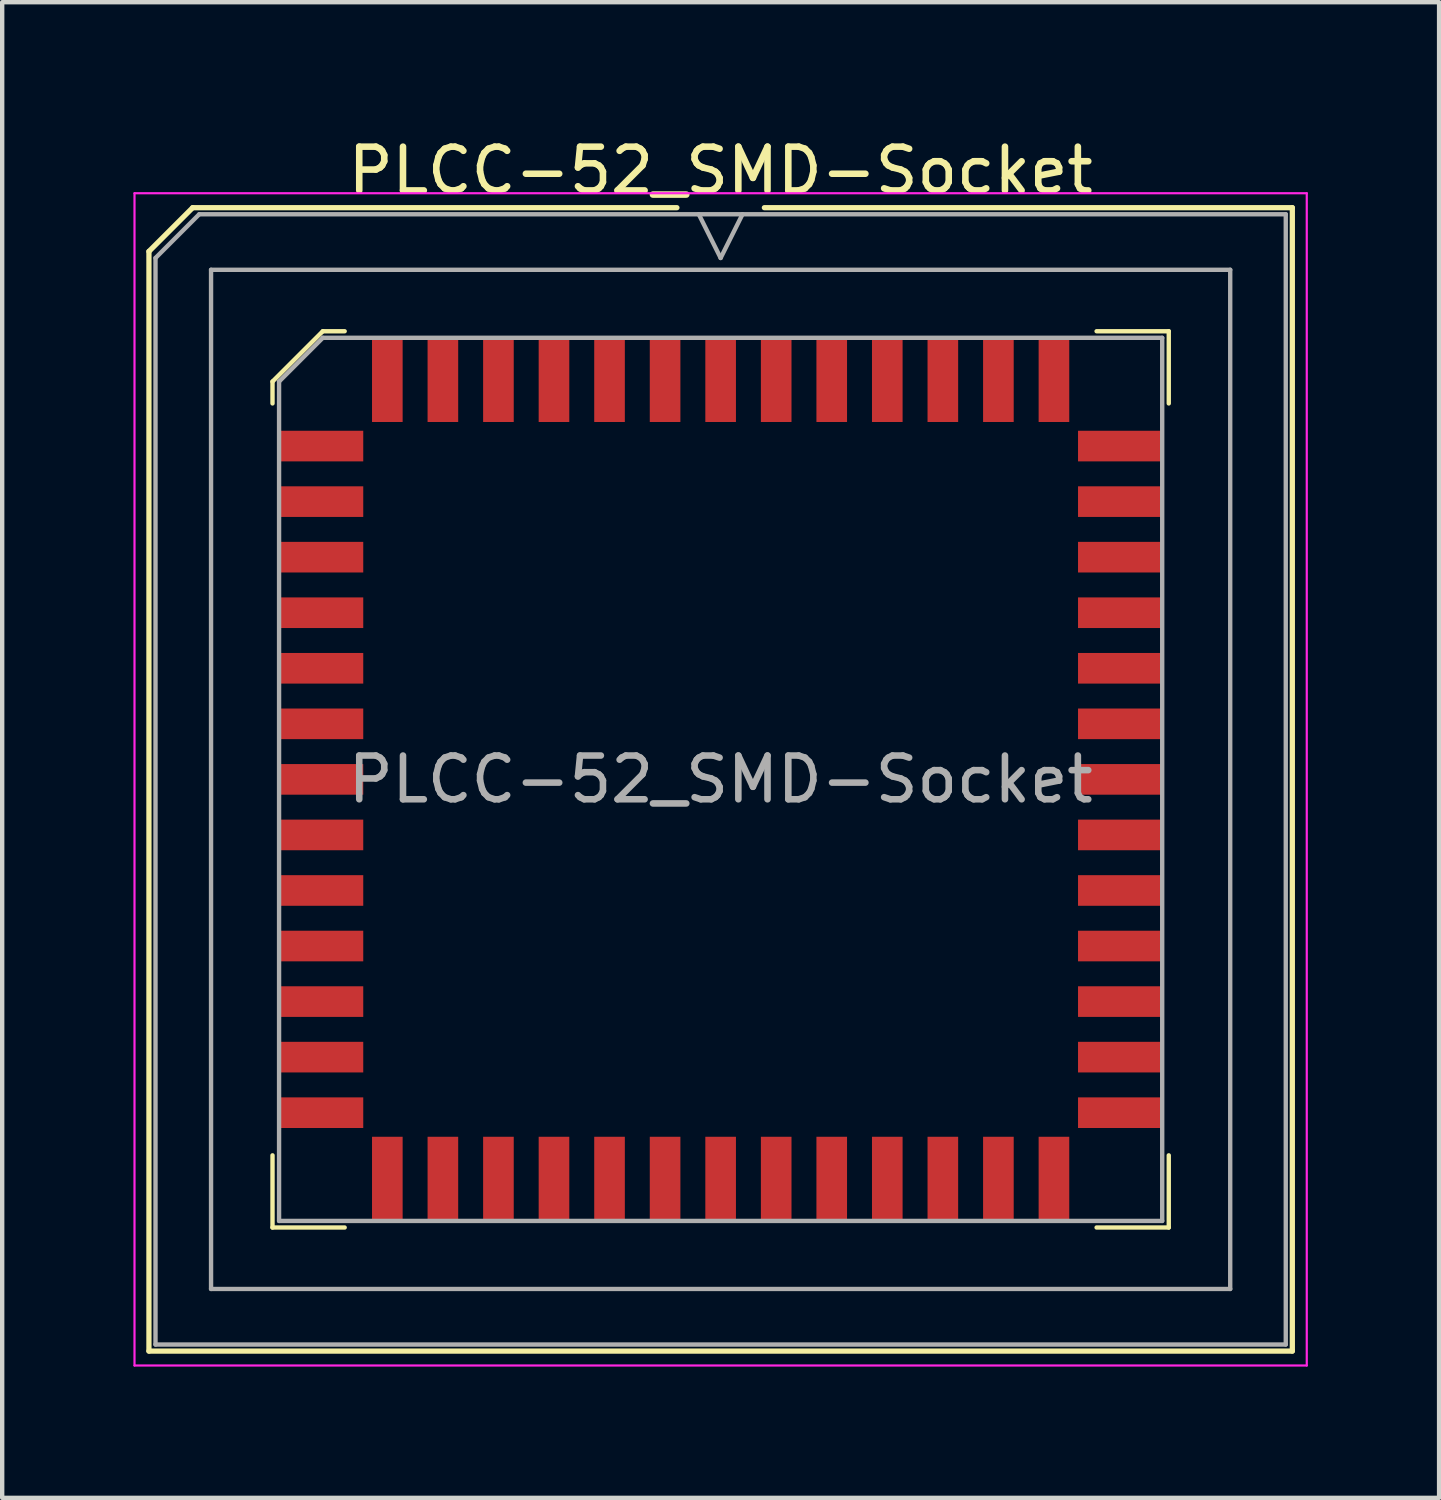
<source format=kicad_pcb>
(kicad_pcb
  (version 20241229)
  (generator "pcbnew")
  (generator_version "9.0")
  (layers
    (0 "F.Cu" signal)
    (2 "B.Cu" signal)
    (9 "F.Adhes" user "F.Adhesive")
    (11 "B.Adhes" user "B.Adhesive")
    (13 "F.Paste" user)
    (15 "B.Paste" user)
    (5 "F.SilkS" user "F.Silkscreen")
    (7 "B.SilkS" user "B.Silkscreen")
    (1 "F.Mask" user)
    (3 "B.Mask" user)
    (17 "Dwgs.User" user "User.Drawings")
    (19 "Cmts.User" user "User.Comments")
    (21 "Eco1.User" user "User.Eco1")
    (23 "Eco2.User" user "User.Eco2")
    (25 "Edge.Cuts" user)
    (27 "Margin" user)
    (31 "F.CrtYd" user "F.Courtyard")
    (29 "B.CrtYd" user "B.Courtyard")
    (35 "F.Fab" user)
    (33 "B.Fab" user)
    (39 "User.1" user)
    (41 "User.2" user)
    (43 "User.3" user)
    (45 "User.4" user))
  (footprint "PLCC-52_SMD-Socket"
    (layer "F.Cu")
    (at 13.425 14.768)
    (property "Reference" "PLCC-52_SMD-Socket" (at 0 -13.92 0) (layer "F.SilkS") (effects (font (size 1 1) (thickness 0.15))))
    (attr smd)
    (fp_line (start -13.07 -12.07) (end -13.07 13.07) (stroke (width 0.12) (type solid)) (layer "F.SilkS"))
    (fp_line (start -13.07 13.07) (end 13.07 13.07) (stroke (width 0.12) (type solid)) (layer "F.SilkS"))
    (fp_line (start -12.07 -13.07) (end -13.07 -12.07) (stroke (width 0.12) (type solid)) (layer "F.SilkS"))
    (fp_line (start -10.245 -9.095) (end -10.245 -8.595) (stroke (width 0.1) (type solid)) (layer "F.SilkS"))
    (fp_line (start -10.245 10.245) (end -10.245 8.595) (stroke (width 0.1) (type solid)) (layer "F.SilkS"))
    (fp_line (start -9.095 -10.245) (end -10.245 -9.095) (stroke (width 0.1) (type solid)) (layer "F.SilkS"))
    (fp_line (start -8.595 -10.245) (end -9.095 -10.245) (stroke (width 0.1) (type solid)) (layer "F.SilkS"))
    (fp_line (start -8.595 10.245) (end -10.245 10.245) (stroke (width 0.1) (type solid)) (layer "F.SilkS"))
    (fp_line (start -1 -13.07) (end -12.07 -13.07) (stroke (width 0.12) (type solid)) (layer "F.SilkS"))
    (fp_line (start 8.595 -10.245) (end 10.245 -10.245) (stroke (width 0.1) (type solid)) (layer "F.SilkS"))
    (fp_line (start 8.595 10.245) (end 10.245 10.245) (stroke (width 0.1) (type solid)) (layer "F.SilkS"))
    (fp_line (start 10.245 -10.245) (end 10.245 -8.595) (stroke (width 0.1) (type solid)) (layer "F.SilkS"))
    (fp_line (start 10.245 10.245) (end 10.245 8.595) (stroke (width 0.1) (type solid)) (layer "F.SilkS"))
    (fp_line (start 13.07 -13.07) (end 1 -13.07) (stroke (width 0.12) (type solid)) (layer "F.SilkS"))
    (fp_line (start 13.07 13.07) (end 13.07 -13.07) (stroke (width 0.12) (type solid)) (layer "F.SilkS"))
    (fp_line (start -13.4 -13.4) (end -13.4 13.4) (stroke (width 0.05) (type solid)) (layer "F.CrtYd"))
    (fp_line (start -13.4 13.4) (end 13.4 13.4) (stroke (width 0.05) (type solid)) (layer "F.CrtYd"))
    (fp_line (start 13.4 -13.4) (end -13.4 -13.4) (stroke (width 0.05) (type solid)) (layer "F.CrtYd"))
    (fp_line (start 13.4 13.4) (end 13.4 -13.4) (stroke (width 0.05) (type solid)) (layer "F.CrtYd"))
    (fp_line (start -12.92 -11.92) (end -12.92 12.92) (stroke (width 0.1) (type solid)) (layer "F.Fab"))
    (fp_line (start -12.92 12.92) (end 12.92 12.92) (stroke (width 0.1) (type solid)) (layer "F.Fab"))
    (fp_line (start -11.92 -12.92) (end -12.92 -11.92) (stroke (width 0.1) (type solid)) (layer "F.Fab"))
    (fp_line (start -11.65 -11.65) (end -11.65 11.65) (stroke (width 0.1) (type solid)) (layer "F.Fab"))
    (fp_line (start -11.65 11.65) (end 11.65 11.65) (stroke (width 0.1) (type solid)) (layer "F.Fab"))
    (fp_line (start -10.095 -9.095) (end -10.095 10.095) (stroke (width 0.1) (type solid)) (layer "F.Fab"))
    (fp_line (start -10.095 10.095) (end 10.095 10.095) (stroke (width 0.1) (type solid)) (layer "F.Fab"))
    (fp_line (start -9.095 -10.095) (end -10.095 -9.095) (stroke (width 0.1) (type solid)) (layer "F.Fab"))
    (fp_line (start -0.5 -12.92) (end 0 -11.92) (stroke (width 0.1) (type solid)) (layer "F.Fab"))
    (fp_line (start 0 -11.92) (end 0.5 -12.92) (stroke (width 0.1) (type solid)) (layer "F.Fab"))
    (fp_line (start 10.095 -10.095) (end -9.095 -10.095) (stroke (width 0.1) (type solid)) (layer "F.Fab"))
    (fp_line (start 10.095 10.095) (end 10.095 -10.095) (stroke (width 0.1) (type solid)) (layer "F.Fab"))
    (fp_line (start 11.65 -11.65) (end -11.65 -11.65) (stroke (width 0.1) (type solid)) (layer "F.Fab"))
    (fp_line (start 11.65 11.65) (end 11.65 -11.65) (stroke (width 0.1) (type solid)) (layer "F.Fab"))
    (fp_line (start 12.92 -12.92) (end -11.92 -12.92) (stroke (width 0.1) (type solid)) (layer "F.Fab"))
    (fp_line (start 12.92 12.92) (end 12.92 -12.92) (stroke (width 0.1) (type solid)) (layer "F.Fab"))
    (fp_text user "${REFERENCE}" (at 0 0 0) (layer "F.Fab") (effects (font (size 1 1) (thickness 0.15))))
    (pad "1" smd rect (at 0 -9.133) (size 0.7 1.925) (layers "F.Cu" "F.Mask" "F.Paste"))
    (pad "2" smd rect (at -1.27 -9.133) (size 0.7 1.925) (layers "F.Cu" "F.Mask" "F.Paste"))
    (pad "3" smd rect (at -2.54 -9.133) (size 0.7 1.925) (layers "F.Cu" "F.Mask" "F.Paste"))
    (pad "4" smd rect (at -3.81 -9.133) (size 0.7 1.925) (layers "F.Cu" "F.Mask" "F.Paste"))
    (pad "5" smd rect (at -5.08 -9.133) (size 0.7 1.925) (layers "F.Cu" "F.Mask" "F.Paste"))
    (pad "6" smd rect (at -6.35 -9.133) (size 0.7 1.925) (layers "F.Cu" "F.Mask" "F.Paste"))
    (pad "7" smd rect (at -7.62 -9.133) (size 0.7 1.925) (layers "F.Cu" "F.Mask" "F.Paste"))
    (pad "8" smd rect (at -9.133 -7.62) (size 1.925 0.7) (layers "F.Cu" "F.Mask" "F.Paste"))
    (pad "9" smd rect (at -9.133 -6.35) (size 1.925 0.7) (layers "F.Cu" "F.Mask" "F.Paste"))
    (pad "10" smd rect (at -9.133 -5.08) (size 1.925 0.7) (layers "F.Cu" "F.Mask" "F.Paste"))
    (pad "11" smd rect (at -9.133 -3.81) (size 1.925 0.7) (layers "F.Cu" "F.Mask" "F.Paste"))
    (pad "12" smd rect (at -9.133 -2.54) (size 1.925 0.7) (layers "F.Cu" "F.Mask" "F.Paste"))
    (pad "13" smd rect (at -9.133 -1.27) (size 1.925 0.7) (layers "F.Cu" "F.Mask" "F.Paste"))
    (pad "14" smd rect (at -9.133 0) (size 1.925 0.7) (layers "F.Cu" "F.Mask" "F.Paste"))
    (pad "15" smd rect (at -9.133 1.27) (size 1.925 0.7) (layers "F.Cu" "F.Mask" "F.Paste"))
    (pad "16" smd rect (at -9.133 2.54) (size 1.925 0.7) (layers "F.Cu" "F.Mask" "F.Paste"))
    (pad "17" smd rect (at -9.133 3.81) (size 1.925 0.7) (layers "F.Cu" "F.Mask" "F.Paste"))
    (pad "18" smd rect (at -9.133 5.08) (size 1.925 0.7) (layers "F.Cu" "F.Mask" "F.Paste"))
    (pad "19" smd rect (at -9.133 6.35) (size 1.925 0.7) (layers "F.Cu" "F.Mask" "F.Paste"))
    (pad "20" smd rect (at -9.133 7.62) (size 1.925 0.7) (layers "F.Cu" "F.Mask" "F.Paste"))
    (pad "21" smd rect (at -7.62 9.133) (size 0.7 1.925) (layers "F.Cu" "F.Mask" "F.Paste"))
    (pad "22" smd rect (at -6.35 9.133) (size 0.7 1.925) (layers "F.Cu" "F.Mask" "F.Paste"))
    (pad "23" smd rect (at -5.08 9.133) (size 0.7 1.925) (layers "F.Cu" "F.Mask" "F.Paste"))
    (pad "24" smd rect (at -3.81 9.133) (size 0.7 1.925) (layers "F.Cu" "F.Mask" "F.Paste"))
    (pad "25" smd rect (at -2.54 9.133) (size 0.7 1.925) (layers "F.Cu" "F.Mask" "F.Paste"))
    (pad "26" smd rect (at -1.27 9.133) (size 0.7 1.925) (layers "F.Cu" "F.Mask" "F.Paste"))
    (pad "27" smd rect (at 0 9.133) (size 0.7 1.925) (layers "F.Cu" "F.Mask" "F.Paste"))
    (pad "28" smd rect (at 1.27 9.133) (size 0.7 1.925) (layers "F.Cu" "F.Mask" "F.Paste"))
    (pad "29" smd rect (at 2.54 9.133) (size 0.7 1.925) (layers "F.Cu" "F.Mask" "F.Paste"))
    (pad "30" smd rect (at 3.81 9.133) (size 0.7 1.925) (layers "F.Cu" "F.Mask" "F.Paste"))
    (pad "31" smd rect (at 5.08 9.133) (size 0.7 1.925) (layers "F.Cu" "F.Mask" "F.Paste"))
    (pad "32" smd rect (at 6.35 9.133) (size 0.7 1.925) (layers "F.Cu" "F.Mask" "F.Paste"))
    (pad "33" smd rect (at 7.62 9.133) (size 0.7 1.925) (layers "F.Cu" "F.Mask" "F.Paste"))
    (pad "34" smd rect (at 9.133 7.62) (size 1.925 0.7) (layers "F.Cu" "F.Mask" "F.Paste"))
    (pad "35" smd rect (at 9.133 6.35) (size 1.925 0.7) (layers "F.Cu" "F.Mask" "F.Paste"))
    (pad "36" smd rect (at 9.133 5.08) (size 1.925 0.7) (layers "F.Cu" "F.Mask" "F.Paste"))
    (pad "37" smd rect (at 9.133 3.81) (size 1.925 0.7) (layers "F.Cu" "F.Mask" "F.Paste"))
    (pad "38" smd rect (at 9.133 2.54) (size 1.925 0.7) (layers "F.Cu" "F.Mask" "F.Paste"))
    (pad "39" smd rect (at 9.133 1.27) (size 1.925 0.7) (layers "F.Cu" "F.Mask" "F.Paste"))
    (pad "40" smd rect (at 9.133 0) (size 1.925 0.7) (layers "F.Cu" "F.Mask" "F.Paste"))
    (pad "41" smd rect (at 9.133 -1.27) (size 1.925 0.7) (layers "F.Cu" "F.Mask" "F.Paste"))
    (pad "42" smd rect (at 9.133 -2.54) (size 1.925 0.7) (layers "F.Cu" "F.Mask" "F.Paste"))
    (pad "43" smd rect (at 9.133 -3.81) (size 1.925 0.7) (layers "F.Cu" "F.Mask" "F.Paste"))
    (pad "44" smd rect (at 9.133 -5.08) (size 1.925 0.7) (layers "F.Cu" "F.Mask" "F.Paste"))
    (pad "45" smd rect (at 9.133 -6.35) (size 1.925 0.7) (layers "F.Cu" "F.Mask" "F.Paste"))
    (pad "46" smd rect (at 9.133 -7.62) (size 1.925 0.7) (layers "F.Cu" "F.Mask" "F.Paste"))
    (pad "47" smd rect (at 7.62 -9.133) (size 0.7 1.925) (layers "F.Cu" "F.Mask" "F.Paste"))
    (pad "48" smd rect (at 6.35 -9.133) (size 0.7 1.925) (layers "F.Cu" "F.Mask" "F.Paste"))
    (pad "49" smd rect (at 5.08 -9.133) (size 0.7 1.925) (layers "F.Cu" "F.Mask" "F.Paste"))
    (pad "50" smd rect (at 3.81 -9.133) (size 0.7 1.925) (layers "F.Cu" "F.Mask" "F.Paste"))
    (pad "51" smd rect (at 2.54 -9.133) (size 0.7 1.925) (layers "F.Cu" "F.Mask" "F.Paste"))
    (pad "52" smd rect (at 1.27 -9.133) (size 0.7 1.925) (layers "F.Cu" "F.Mask" "F.Paste")))
  (gr_rect
    (start -3 -3)
    (end 29.85 31.193)
    (stroke (width 0.1) (type default))
    (fill no)
    (layer "Edge.Cuts")))
</source>
